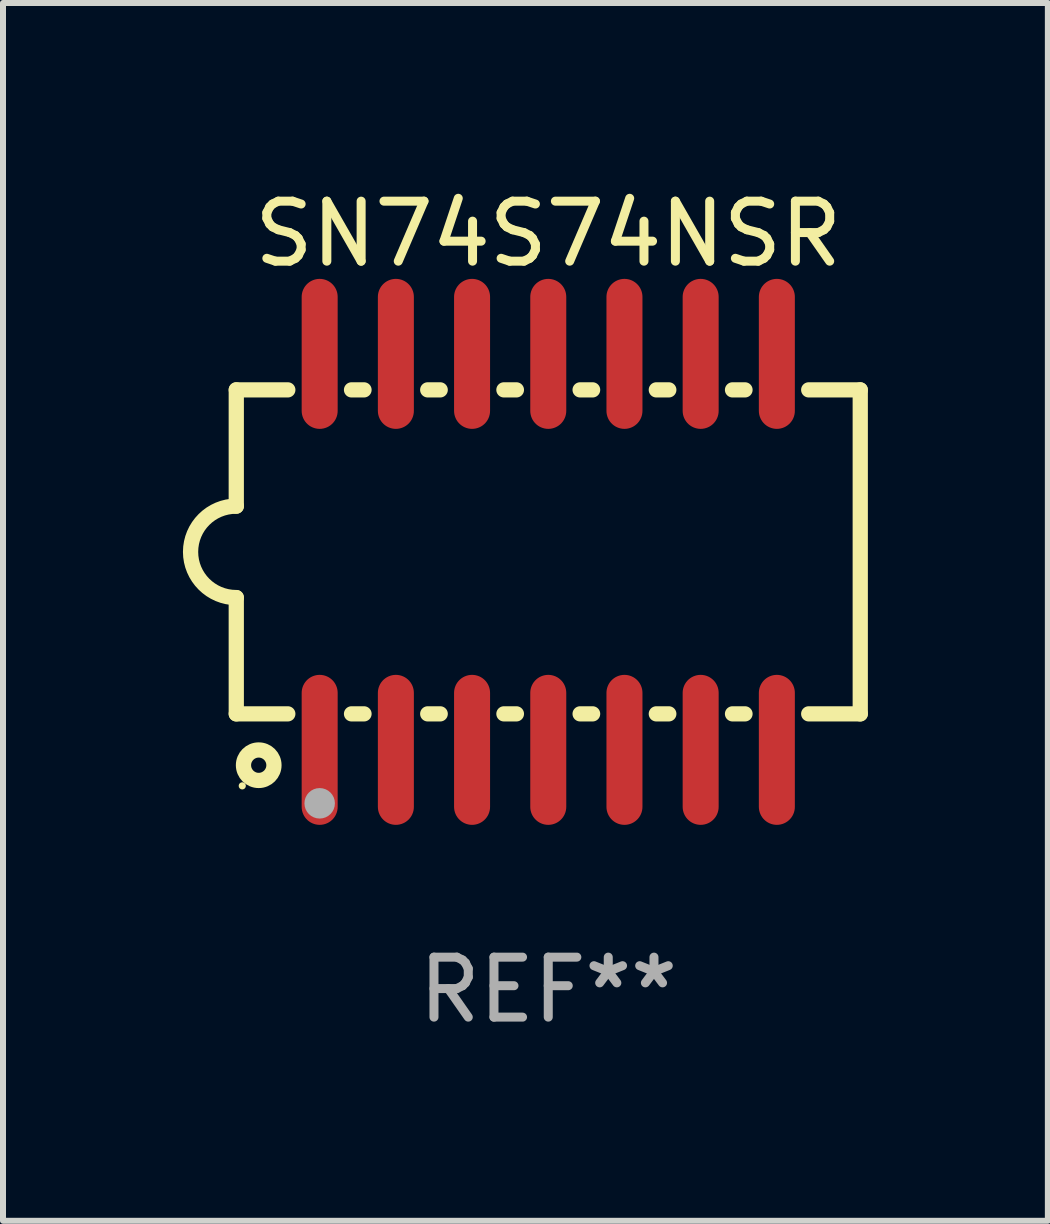
<source format=kicad_pcb>
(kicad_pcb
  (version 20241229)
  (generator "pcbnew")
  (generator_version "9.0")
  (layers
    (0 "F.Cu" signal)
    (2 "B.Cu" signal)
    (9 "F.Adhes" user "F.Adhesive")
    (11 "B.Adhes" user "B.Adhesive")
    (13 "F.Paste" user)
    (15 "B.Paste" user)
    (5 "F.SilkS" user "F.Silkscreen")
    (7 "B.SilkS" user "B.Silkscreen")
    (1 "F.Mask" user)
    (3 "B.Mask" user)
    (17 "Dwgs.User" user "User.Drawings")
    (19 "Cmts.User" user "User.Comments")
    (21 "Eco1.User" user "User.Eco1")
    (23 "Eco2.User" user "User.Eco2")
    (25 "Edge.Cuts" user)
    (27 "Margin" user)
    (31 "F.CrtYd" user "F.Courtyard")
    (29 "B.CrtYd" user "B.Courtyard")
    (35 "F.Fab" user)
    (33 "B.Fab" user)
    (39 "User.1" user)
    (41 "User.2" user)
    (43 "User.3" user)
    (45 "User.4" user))
  (footprint "SN74S74NSR"
    (layer "F.Cu")
    (at 6.088 6.148)
    (property "Reference" "SN74S74NSR" (at 0 -5.3 0) (layer "F.SilkS") (effects (font (size 1 1) (thickness 0.15))))
    (attr through_hole)
    (fp_line (start -5.2 -2.7) (end -5.2 -0.762) (stroke (width 0.254) (type solid)) (layer "F.SilkS"))
    (fp_line (start -5.2 -2.7) (end -4.341 -2.7) (stroke (width 0.254) (type solid)) (layer "F.SilkS"))
    (fp_line (start -5.2 2.7) (end -5.2 0.762) (stroke (width 0.254) (type solid)) (layer "F.SilkS"))
    (fp_line (start -4.341 2.7) (end -5.2 2.7) (stroke (width 0.254) (type solid)) (layer "F.SilkS"))
    (fp_line (start -3.279 -2.7) (end -3.071 -2.7) (stroke (width 0.254) (type solid)) (layer "F.SilkS"))
    (fp_line (start -3.071 2.7) (end -3.279 2.7) (stroke (width 0.254) (type solid)) (layer "F.SilkS"))
    (fp_line (start -2.009 -2.7) (end -1.801 -2.7) (stroke (width 0.254) (type solid)) (layer "F.SilkS"))
    (fp_line (start -1.801 2.7) (end -2.009 2.7) (stroke (width 0.254) (type solid)) (layer "F.SilkS"))
    (fp_line (start -0.739 -2.7) (end -0.531 -2.7) (stroke (width 0.254) (type solid)) (layer "F.SilkS"))
    (fp_line (start -0.531 2.7) (end -0.739 2.7) (stroke (width 0.254) (type solid)) (layer "F.SilkS"))
    (fp_line (start 0.531 -2.7) (end 0.739 -2.7) (stroke (width 0.254) (type solid)) (layer "F.SilkS"))
    (fp_line (start 0.739 2.7) (end 0.531 2.7) (stroke (width 0.254) (type solid)) (layer "F.SilkS"))
    (fp_line (start 1.801 -2.7) (end 2.009 -2.7) (stroke (width 0.254) (type solid)) (layer "F.SilkS"))
    (fp_line (start 2.009 2.7) (end 1.801 2.7) (stroke (width 0.254) (type solid)) (layer "F.SilkS"))
    (fp_line (start 3.071 -2.7) (end 3.279 -2.7) (stroke (width 0.254) (type solid)) (layer "F.SilkS"))
    (fp_line (start 3.279 2.7) (end 3.071 2.7) (stroke (width 0.254) (type solid)) (layer "F.SilkS"))
    (fp_line (start 4.341 -2.7) (end 5.2 -2.7) (stroke (width 0.254) (type solid)) (layer "F.SilkS"))
    (fp_line (start 5.2 2.7) (end 4.341 2.7) (stroke (width 0.254) (type solid)) (layer "F.SilkS"))
    (fp_line (start 5.2 2.7) (end 5.2 -2.7) (stroke (width 0.254) (type solid)) (layer "F.SilkS"))
    (fp_arc (start -5.2 0.762002) (mid -5.961393 -0.000305) (end -5.199391 -0.762002) (stroke (width 0.254001) (type solid)) (layer "F.SilkS"))
    (fp_circle (center -5.1 3.9) (end -5.07 3.9) (stroke (width 0.06) (type solid)) (fill no) (layer "F.SilkS"))
    (fp_circle (center -4.826 3.556) (end -4.572 3.556) (stroke (width 0.254) (type solid)) (fill no) (layer "F.SilkS"))
    (fp_circle (center -3.81 4.191) (end -3.683 4.191) (stroke (width 0.254) (type solid)) (fill no) (layer "F.Fab"))
    (fp_text user "REF**" (at 0 7.3 0) (layer "F.Fab") (effects (font (size 1 1) (thickness 0.15))))
    (pad "1" smd oval (at -3.81 3.3) (size 0.6 2.5) (layers "F.Cu" "F.Mask" "F.Paste"))
    (pad "2" smd oval (at -2.54 3.3) (size 0.6 2.5) (layers "F.Cu" "F.Mask" "F.Paste"))
    (pad "3" smd oval (at -1.27 3.3) (size 0.6 2.5) (layers "F.Cu" "F.Mask" "F.Paste"))
    (pad "4" smd oval (at 0 3.3) (size 0.6 2.5) (layers "F.Cu" "F.Mask" "F.Paste"))
    (pad "5" smd oval (at 1.27 3.3) (size 0.6 2.5) (layers "F.Cu" "F.Mask" "F.Paste"))
    (pad "6" smd oval (at 2.54 3.3) (size 0.6 2.5) (layers "F.Cu" "F.Mask" "F.Paste"))
    (pad "7" smd oval (at 3.81 3.3) (size 0.6 2.5) (layers "F.Cu" "F.Mask" "F.Paste"))
    (pad "8" smd oval (at 3.81 -3.3) (size 0.6 2.5) (layers "F.Cu" "F.Mask" "F.Paste"))
    (pad "9" smd oval (at 2.54 -3.3) (size 0.6 2.5) (layers "F.Cu" "F.Mask" "F.Paste"))
    (pad "10" smd oval (at 1.27 -3.3) (size 0.6 2.5) (layers "F.Cu" "F.Mask" "F.Paste"))
    (pad "11" smd oval (at 0 -3.3) (size 0.6 2.5) (layers "F.Cu" "F.Mask" "F.Paste"))
    (pad "12" smd oval (at -1.27 -3.3) (size 0.6 2.5) (layers "F.Cu" "F.Mask" "F.Paste"))
    (pad "13" smd oval (at -2.54 -3.3) (size 0.6 2.5) (layers "F.Cu" "F.Mask" "F.Paste"))
    (pad "14" smd oval (at -3.81 -3.3) (size 0.6 2.5) (layers "F.Cu" "F.Mask" "F.Paste")))
  (gr_rect
    (start -3 -3)
    (end 14.415 17.297)
    (stroke (width 0.1) (type default))
    (fill no)
    (layer "Edge.Cuts")))
</source>
